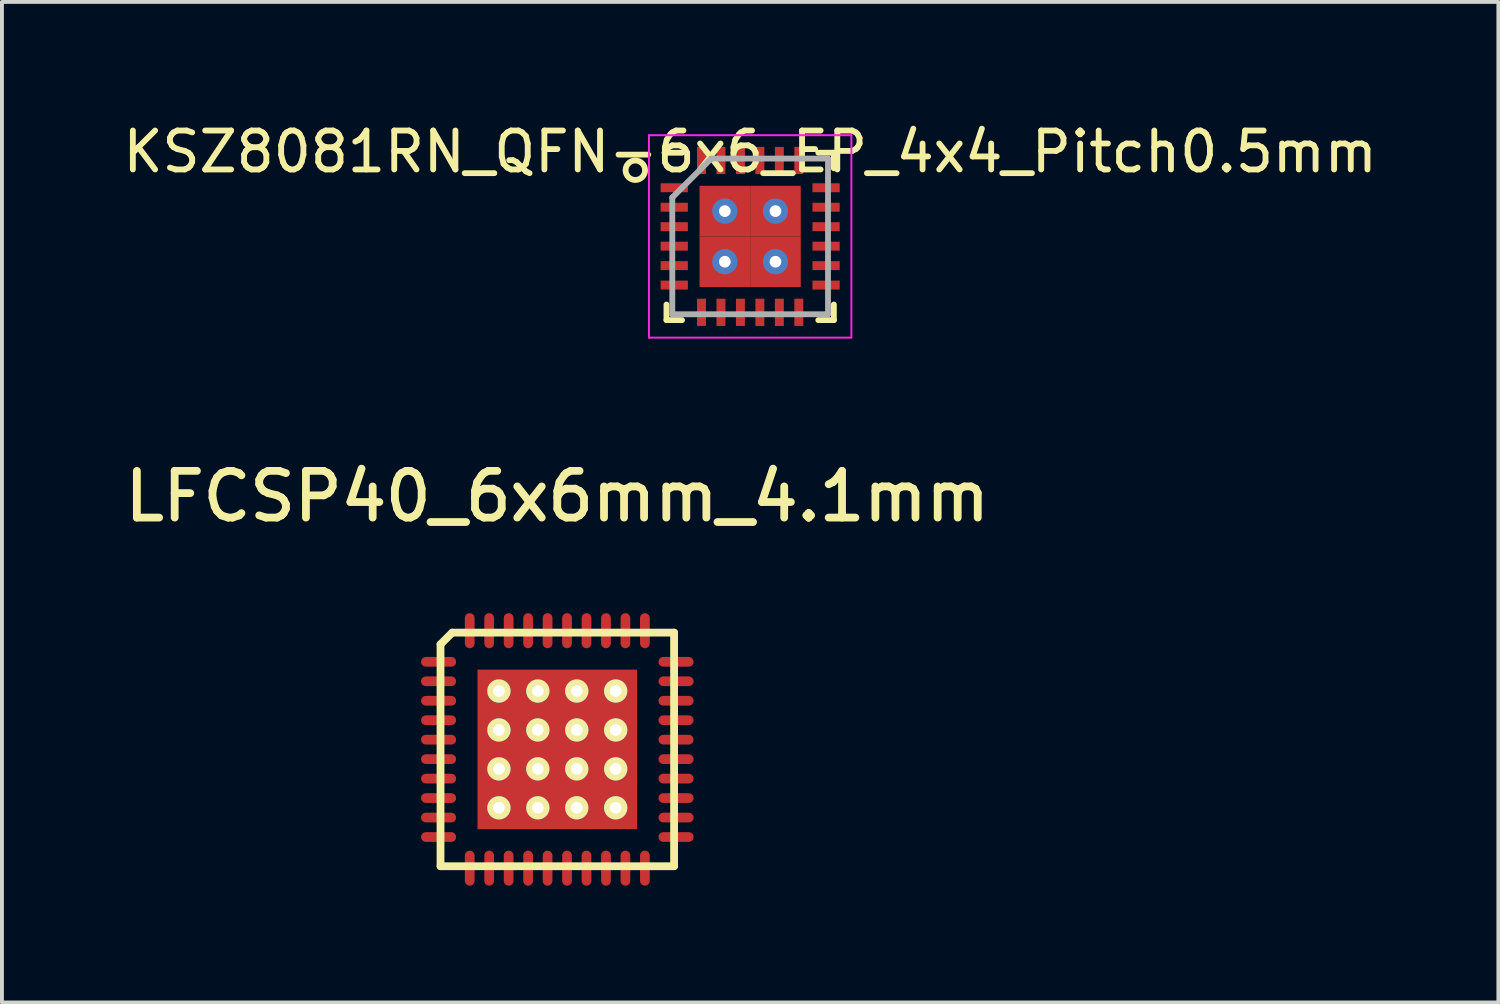
<source format=kicad_pcb>
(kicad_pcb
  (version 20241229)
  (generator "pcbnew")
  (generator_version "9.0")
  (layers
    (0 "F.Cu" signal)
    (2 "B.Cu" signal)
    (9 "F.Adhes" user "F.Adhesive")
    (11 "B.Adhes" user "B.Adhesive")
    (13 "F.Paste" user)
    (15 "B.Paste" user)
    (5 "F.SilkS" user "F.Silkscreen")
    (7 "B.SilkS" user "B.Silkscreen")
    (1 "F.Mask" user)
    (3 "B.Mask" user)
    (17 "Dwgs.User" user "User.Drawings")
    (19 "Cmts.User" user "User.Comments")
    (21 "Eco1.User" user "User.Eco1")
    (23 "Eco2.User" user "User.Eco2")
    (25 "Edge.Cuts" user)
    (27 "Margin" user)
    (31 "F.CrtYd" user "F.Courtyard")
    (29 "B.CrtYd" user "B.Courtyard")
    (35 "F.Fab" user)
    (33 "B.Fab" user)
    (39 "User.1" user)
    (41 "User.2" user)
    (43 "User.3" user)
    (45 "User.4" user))
  (footprint "LFCSP40_6x6mm_4.1mm"
    (layer "F.Cu")
    (at 11.266 16.201)
    (property "Reference" "LFCSP40_6x6mm_4.1mm" (at 0 -6.5 0) (layer "F.SilkS") (effects (font (size 1.2 1.2) (thickness 0.2))))
    (attr smd)
    (fp_line (start -3 -2.7) (end -3 3) (stroke (width 0.2) (type solid)) (layer "F.SilkS"))
    (fp_line (start -3 3) (end 3 3) (stroke (width 0.2) (type solid)) (layer "F.SilkS"))
    (fp_line (start -2.7 -3) (end -3 -2.7) (stroke (width 0.2) (type solid)) (layer "F.SilkS"))
    (fp_line (start 3 -3) (end -2.7 -3) (stroke (width 0.2) (type solid)) (layer "F.SilkS"))
    (fp_line (start 3 3) (end 3 -3) (stroke (width 0.2) (type solid)) (layer "F.SilkS"))
    (pad "" smd rect (at -1.688 -1.688) (size 0.725 0.725) (layers "F.Paste"))
    (pad "" smd rect (at -1.688 -0.563) (size 0.725 0.725) (layers "F.Paste"))
    (pad "" smd rect (at -1.688 0.563) (size 0.725 0.725) (layers "F.Paste"))
    (pad "" smd rect (at -1.688 1.688) (size 0.725 0.725) (layers "F.Paste"))
    (pad "" smd rect (at -0.563 -1.688) (size 0.725 0.725) (layers "F.Paste"))
    (pad "" smd rect (at -0.563 -0.563) (size 0.725 0.725) (layers "F.Paste"))
    (pad "" smd rect (at -0.563 0.563) (size 0.725 0.725) (layers "F.Paste"))
    (pad "" smd rect (at -0.563 1.688) (size 0.725 0.725) (layers "F.Paste"))
    (pad "" smd rect (at 0.563 -1.688) (size 0.725 0.725) (layers "F.Paste"))
    (pad "" smd rect (at 0.563 -0.563) (size 0.725 0.725) (layers "F.Paste"))
    (pad "" smd rect (at 0.563 0.563) (size 0.725 0.725) (layers "F.Paste"))
    (pad "" smd rect (at 0.563 1.688) (size 0.725 0.725) (layers "F.Paste"))
    (pad "" smd rect (at 1.688 -1.688) (size 0.725 0.725) (layers "F.Paste"))
    (pad "" smd rect (at 1.688 -0.563) (size 0.725 0.725) (layers "F.Paste"))
    (pad "" smd rect (at 1.688 0.563) (size 0.725 0.725) (layers "F.Paste"))
    (pad "" smd rect (at 1.688 1.688) (size 0.725 0.725) (layers "F.Paste"))
    (pad "1" smd oval (at -3.05 -2.25) (size 0.9 0.25) (layers "F.Cu" "F.Mask" "F.Paste"))
    (pad "2" smd oval (at -3.05 -1.75) (size 0.9 0.25) (layers "F.Cu" "F.Mask" "F.Paste"))
    (pad "3" smd oval (at -3.05 -1.25) (size 0.9 0.25) (layers "F.Cu" "F.Mask" "F.Paste"))
    (pad "4" smd oval (at -3.05 -0.75) (size 0.9 0.25) (layers "F.Cu" "F.Mask" "F.Paste"))
    (pad "5" smd oval (at -3.05 -0.25) (size 0.9 0.25) (layers "F.Cu" "F.Mask" "F.Paste"))
    (pad "6" smd oval (at -3.05 0.25) (size 0.9 0.25) (layers "F.Cu" "F.Mask" "F.Paste"))
    (pad "7" smd oval (at -3.05 0.75) (size 0.9 0.25) (layers "F.Cu" "F.Mask" "F.Paste"))
    (pad "8" smd oval (at -3.05 1.25) (size 0.9 0.25) (layers "F.Cu" "F.Mask" "F.Paste"))
    (pad "9" smd oval (at -3.05 1.75) (size 0.9 0.25) (layers "F.Cu" "F.Mask" "F.Paste"))
    (pad "10" smd oval (at -3.05 2.25) (size 0.9 0.25) (layers "F.Cu" "F.Mask" "F.Paste"))
    (pad "11" smd oval (at -2.25 3.05) (size 0.25 0.9) (layers "F.Cu" "F.Mask" "F.Paste"))
    (pad "12" smd oval (at -1.75 3.05) (size 0.25 0.9) (layers "F.Cu" "F.Mask" "F.Paste"))
    (pad "13" smd oval (at -1.25 3.05) (size 0.25 0.9) (layers "F.Cu" "F.Mask" "F.Paste"))
    (pad "14" smd oval (at -0.75 3.05) (size 0.25 0.9) (layers "F.Cu" "F.Mask" "F.Paste"))
    (pad "15" smd oval (at -0.25 3.05) (size 0.25 0.9) (layers "F.Cu" "F.Mask" "F.Paste"))
    (pad "16" smd oval (at 0.25 3.05) (size 0.25 0.9) (layers "F.Cu" "F.Mask" "F.Paste"))
    (pad "17" smd oval (at 0.75 3.05) (size 0.25 0.9) (layers "F.Cu" "F.Mask" "F.Paste"))
    (pad "18" smd oval (at 1.25 3.05) (size 0.25 0.9) (layers "F.Cu" "F.Mask" "F.Paste"))
    (pad "19" smd oval (at 1.75 3.05) (size 0.25 0.9) (layers "F.Cu" "F.Mask" "F.Paste"))
    (pad "20" smd oval (at 2.25 3.05) (size 0.25 0.9) (layers "F.Cu" "F.Mask" "F.Paste"))
    (pad "21" smd oval (at 3.05 2.25) (size 0.9 0.25) (layers "F.Cu" "F.Mask" "F.Paste"))
    (pad "22" smd oval (at 3.05 1.75) (size 0.9 0.25) (layers "F.Cu" "F.Mask" "F.Paste"))
    (pad "23" smd oval (at 3.05 1.25) (size 0.9 0.25) (layers "F.Cu" "F.Mask" "F.Paste"))
    (pad "24" smd oval (at 3.05 0.75) (size 0.9 0.25) (layers "F.Cu" "F.Mask" "F.Paste"))
    (pad "25" smd oval (at 3.05 0.25) (size 0.9 0.25) (layers "F.Cu" "F.Mask" "F.Paste"))
    (pad "26" smd oval (at 3.05 -0.25) (size 0.9 0.25) (layers "F.Cu" "F.Mask" "F.Paste"))
    (pad "27" smd oval (at 3.05 -0.75) (size 0.9 0.25) (layers "F.Cu" "F.Mask" "F.Paste"))
    (pad "28" smd oval (at 3.05 -1.25) (size 0.9 0.25) (layers "F.Cu" "F.Mask" "F.Paste"))
    (pad "29" smd oval (at 3.05 -1.75) (size 0.9 0.25) (layers "F.Cu" "F.Mask" "F.Paste"))
    (pad "30" smd oval (at 3.05 -2.25) (size 0.9 0.25) (layers "F.Cu" "F.Mask" "F.Paste"))
    (pad "31" smd oval (at 2.25 -3.05) (size 0.25 0.9) (layers "F.Cu" "F.Mask" "F.Paste"))
    (pad "32" smd oval (at 1.75 -3.05) (size 0.25 0.9) (layers "F.Cu" "F.Mask" "F.Paste"))
    (pad "33" smd oval (at 1.25 -3.05) (size 0.25 0.9) (layers "F.Cu" "F.Mask" "F.Paste"))
    (pad "34" smd oval (at 0.75 -3.05) (size 0.25 0.9) (layers "F.Cu" "F.Mask" "F.Paste"))
    (pad "35" smd oval (at 0.25 -3.05) (size 0.25 0.9) (layers "F.Cu" "F.Mask" "F.Paste"))
    (pad "36" smd oval (at -0.25 -3.05) (size 0.25 0.9) (layers "F.Cu" "F.Mask" "F.Paste"))
    (pad "37" smd oval (at -0.75 -3.05) (size 0.25 0.9) (layers "F.Cu" "F.Mask" "F.Paste"))
    (pad "38" smd oval (at -1.25 -3.05) (size 0.25 0.9) (layers "F.Cu" "F.Mask" "F.Paste"))
    (pad "39" smd oval (at -1.75 -3.05) (size 0.25 0.9) (layers "F.Cu" "F.Mask" "F.Paste"))
    (pad "40" smd oval (at -2.25 -3.05) (size 0.25 0.9) (layers "F.Cu" "F.Mask" "F.Paste"))
    (pad "41" thru_hole circle (at -1.5 -1.5) (size 0.6 0.6) (drill 0.3) (layers "*.Cu" "*.Mask" "F.SilkS"))
    (pad "41" thru_hole circle (at -1.5 -0.5) (size 0.6 0.6) (drill 0.3) (layers "*.Cu" "*.Mask" "F.SilkS"))
    (pad "41" thru_hole circle (at -1.5 0.5) (size 0.6 0.6) (drill 0.3) (layers "*.Cu" "*.Mask" "F.SilkS"))
    (pad "41" thru_hole circle (at -1.5 1.5) (size 0.6 0.6) (drill 0.3) (layers "*.Cu" "*.Mask" "F.SilkS"))
    (pad "41" thru_hole circle (at -0.5 -1.5) (size 0.6 0.6) (drill 0.3) (layers "*.Cu" "*.Mask" "F.SilkS"))
    (pad "41" thru_hole circle (at -0.5 -0.5) (size 0.6 0.6) (drill 0.3) (layers "*.Cu" "*.Mask" "F.SilkS"))
    (pad "41" thru_hole circle (at -0.5 0.5) (size 0.6 0.6) (drill 0.3) (layers "*.Cu" "*.Mask" "F.SilkS"))
    (pad "41" thru_hole circle (at -0.5 1.5) (size 0.6 0.6) (drill 0.3) (layers "*.Cu" "*.Mask" "F.SilkS"))
    (pad "41" smd rect (at 0 0) (size 4.1 4.1) (layers "F.Cu" "F.Mask"))
    (pad "41" thru_hole circle (at 0.5 -1.5) (size 0.6 0.6) (drill 0.3) (layers "*.Cu" "*.Mask" "F.SilkS"))
    (pad "41" thru_hole circle (at 0.5 -0.5) (size 0.6 0.6) (drill 0.3) (layers "*.Cu" "*.Mask" "F.SilkS"))
    (pad "41" thru_hole circle (at 0.5 0.5) (size 0.6 0.6) (drill 0.3) (layers "*.Cu" "*.Mask" "F.SilkS"))
    (pad "41" thru_hole circle (at 0.5 1.5) (size 0.6 0.6) (drill 0.3) (layers "*.Cu" "*.Mask" "F.SilkS"))
    (pad "41" thru_hole circle (at 1.5 -1.5) (size 0.6 0.6) (drill 0.3) (layers "*.Cu" "*.Mask" "F.SilkS"))
    (pad "41" thru_hole circle (at 1.5 -0.5) (size 0.6 0.6) (drill 0.3) (layers "*.Cu" "*.Mask" "F.SilkS"))
    (pad "41" thru_hole circle (at 1.5 0.5) (size 0.6 0.6) (drill 0.3) (layers "*.Cu" "*.Mask" "F.SilkS"))
    (pad "41" thru_hole circle (at 1.5 1.5) (size 0.6 0.6) (drill 0.3) (layers "*.Cu" "*.Mask" "F.SilkS")))
  (footprint "KSZ8081RN_QFN-6x6_EP_4x4_Pitch0.5mm"
    (layer "F.Cu")
    (at 16.22 3.023)
    (property "Reference" "KSZ8081RN_QFN-6x6_EP_4x4_Pitch0.5mm" (at 0 -2.175 0) (layer "F.SilkS") (effects (font (size 1 1) (thickness 0.15))))
    (attr through_hole)
    (fp_line (start -2.15 2.15) (end -2.15 1.75) (stroke (width 0.15) (type default)) (layer "F.SilkS"))
    (fp_line (start -1.75 -2.15) (end -2.2 -2.15) (stroke (width 0.15) (type default)) (layer "F.SilkS"))
    (fp_line (start -1.75 2.15) (end -2.15 2.15) (stroke (width 0.15) (type default)) (layer "F.SilkS"))
    (fp_line (start 1.75 -2.15) (end 2.15 -2.15) (stroke (width 0.15) (type default)) (layer "F.SilkS"))
    (fp_line (start 1.75 2.15) (end 2.15 2.15) (stroke (width 0.15) (type default)) (layer "F.SilkS"))
    (fp_line (start 2.15 -2.15) (end 2.15 -1.75) (stroke (width 0.15) (type default)) (layer "F.SilkS"))
    (fp_line (start 2.15 2.15) (end 2.15 1.75) (stroke (width 0.15) (type default)) (layer "F.SilkS"))
    (fp_circle (center -2.95 -1.7) (end -2.95 -1.45) (stroke (width 0.15) (type default)) (fill no) (layer "F.SilkS"))
    (fp_line (start -2.6 -2.6) (end 2.6 -2.6) (stroke (width 0.05) (type default)) (layer "F.CrtYd"))
    (fp_line (start -2.6 2.6) (end -2.6 -2.6) (stroke (width 0.05) (type default)) (layer "F.CrtYd"))
    (fp_line (start 2.6 -2.6) (end 2.6 2.6) (stroke (width 0.05) (type default)) (layer "F.CrtYd"))
    (fp_line (start 2.6 2.6) (end -2.6 2.6) (stroke (width 0.05) (type default)) (layer "F.CrtYd"))
    (fp_line (start -2 -1) (end -2 2) (stroke (width 0.15) (type default)) (layer "F.Fab"))
    (fp_line (start -2 2) (end 2 2) (stroke (width 0.15) (type default)) (layer "F.Fab"))
    (fp_line (start -1 -2) (end -2 -1) (stroke (width 0.15) (type default)) (layer "F.Fab"))
    (fp_line (start 2 -2) (end -1 -2) (stroke (width 0.15) (type default)) (layer "F.Fab"))
    (fp_line (start 2 2) (end 2 -2) (stroke (width 0.15) (type default)) (layer "F.Fab"))
    (pad "1" smd rect (at -1.95 -1.25 90) (size 0.23 0.7) (layers "F.Cu" "F.Mask" "F.Paste"))
    (pad "2" smd rect (at -1.95 -0.75 90) (size 0.23 0.7) (layers "F.Cu" "F.Mask" "F.Paste"))
    (pad "3" smd rect (at -1.95 -0.25 90) (size 0.23 0.7) (layers "F.Cu" "F.Mask" "F.Paste"))
    (pad "4" smd rect (at -1.95 0.25 90) (size 0.23 0.7) (layers "F.Cu" "F.Mask" "F.Paste"))
    (pad "5" smd rect (at -1.95 0.75 90) (size 0.23 0.7) (layers "F.Cu" "F.Mask" "F.Paste"))
    (pad "6" smd rect (at -1.95 1.25 90) (size 0.23 0.7) (layers "F.Cu" "F.Mask" "F.Paste"))
    (pad "7" smd rect (at -1.25 1.95) (size 0.23 0.7) (layers "F.Cu" "F.Mask" "F.Paste"))
    (pad "8" smd rect (at -0.75 1.95) (size 0.23 0.7) (layers "F.Cu" "F.Mask" "F.Paste"))
    (pad "9" smd rect (at -0.25 1.95) (size 0.23 0.7) (layers "F.Cu" "F.Mask" "F.Paste"))
    (pad "10" smd rect (at 0.25 1.95) (size 0.23 0.7) (layers "F.Cu" "F.Mask" "F.Paste"))
    (pad "11" smd rect (at 0.75 1.95) (size 0.23 0.7) (layers "F.Cu" "F.Mask" "F.Paste"))
    (pad "12" smd rect (at 1.25 1.95) (size 0.23 0.7) (layers "F.Cu" "F.Mask" "F.Paste"))
    (pad "13" smd rect (at 1.95 1.25 90) (size 0.23 0.7) (layers "F.Cu" "F.Mask" "F.Paste"))
    (pad "14" smd rect (at 1.95 0.75 90) (size 0.23 0.7) (layers "F.Cu" "F.Mask" "F.Paste"))
    (pad "15" smd rect (at 1.95 0.25 90) (size 0.23 0.7) (layers "F.Cu" "F.Mask" "F.Paste"))
    (pad "16" smd rect (at 1.95 -0.25 90) (size 0.23 0.7) (layers "F.Cu" "F.Mask" "F.Paste"))
    (pad "17" smd rect (at 1.95 -0.75 90) (size 0.23 0.7) (layers "F.Cu" "F.Mask" "F.Paste"))
    (pad "18" smd rect (at 1.95 -1.25 90) (size 0.23 0.7) (layers "F.Cu" "F.Mask" "F.Paste"))
    (pad "19" smd rect (at 1.25 -1.95) (size 0.23 0.7) (layers "F.Cu" "F.Mask" "F.Paste"))
    (pad "20" smd rect (at 0.75 -1.95) (size 0.23 0.7) (layers "F.Cu" "F.Mask" "F.Paste"))
    (pad "21" smd rect (at 0.25 -1.95) (size 0.23 0.7) (layers "F.Cu" "F.Mask" "F.Paste"))
    (pad "22" smd rect (at -0.25 -1.95) (size 0.23 0.7) (layers "F.Cu" "F.Mask" "F.Paste"))
    (pad "23" smd rect (at -0.75 -1.95) (size 0.23 0.7) (layers "F.Cu" "F.Mask" "F.Paste"))
    (pad "24" smd rect (at -1.25 -1.95) (size 0.23 0.7) (layers "F.Cu" "F.Mask" "F.Paste"))
    (pad "25" thru_hole circle (at -0.65 -0.65) (size 0.65 0.65) (drill 0.3) (layers "*.Cu" "F.Mask"))
    (pad "25" smd rect (at -0.65 -0.65) (size 1.3 1.3) (layers "F.Cu" "F.Mask" "F.Paste"))
    (pad "25" thru_hole circle (at -0.65 0.65) (size 0.65 0.65) (drill 0.3) (layers "*.Cu" "F.Mask"))
    (pad "25" smd rect (at -0.65 0.65) (size 1.3 1.3) (layers "F.Cu" "F.Mask" "F.Paste"))
    (pad "25" thru_hole circle (at 0.65 -0.65) (size 0.65 0.65) (drill 0.3) (layers "*.Cu" "F.Mask"))
    (pad "25" smd rect (at 0.65 -0.65) (size 1.3 1.3) (layers "F.Cu" "F.Mask" "F.Paste"))
    (pad "25" thru_hole circle (at 0.65 0.65) (size 0.65 0.65) (drill 0.3) (layers "*.Cu" "F.Mask"))
    (pad "25" smd rect (at 0.65 0.65) (size 1.3 1.3) (layers "F.Cu" "F.Mask" "F.Paste")))
  (gr_rect
    (start -3 -3)
    (end 35.44 22.701)
    (stroke (width 0.1) (type default))
    (fill no)
    (layer "Edge.Cuts")))
</source>
